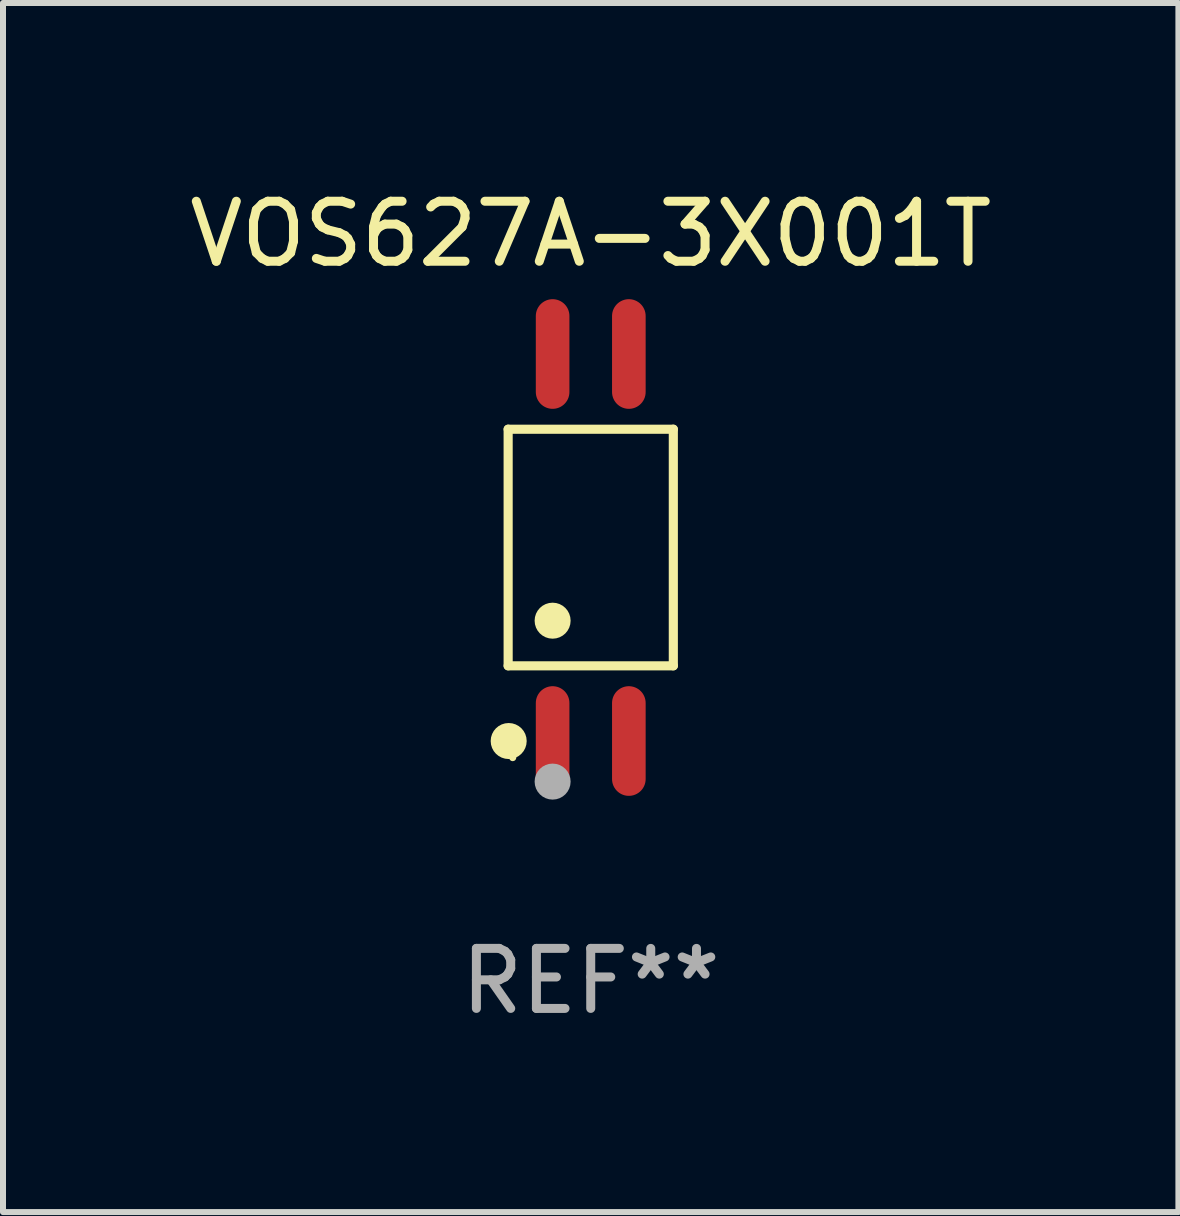
<source format=kicad_pcb>
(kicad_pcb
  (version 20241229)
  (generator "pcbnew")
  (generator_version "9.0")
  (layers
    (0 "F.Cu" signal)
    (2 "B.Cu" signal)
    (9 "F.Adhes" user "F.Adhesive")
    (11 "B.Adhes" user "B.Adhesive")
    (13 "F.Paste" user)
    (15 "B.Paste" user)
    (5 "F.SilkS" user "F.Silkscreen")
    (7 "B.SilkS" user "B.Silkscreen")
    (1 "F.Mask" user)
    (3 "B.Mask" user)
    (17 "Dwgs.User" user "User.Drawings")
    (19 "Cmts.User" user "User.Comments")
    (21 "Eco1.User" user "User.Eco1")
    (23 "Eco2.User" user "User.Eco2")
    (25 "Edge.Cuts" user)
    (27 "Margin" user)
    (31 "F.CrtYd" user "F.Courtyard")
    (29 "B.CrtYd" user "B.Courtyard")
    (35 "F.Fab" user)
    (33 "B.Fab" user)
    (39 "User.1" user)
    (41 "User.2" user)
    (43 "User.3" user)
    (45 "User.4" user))
  (footprint "VOS627A-3X001T"
    (layer "F.Cu")
    (at 6.792 6.072)
    (property "Reference" "VOS627A-3X001T" (at 0 -5.224 0) (layer "F.SilkS") (effects (font (size 1 1) (thickness 0.15))))
    (attr through_hole)
    (fp_line (start -1.376 -1.971) (end 1.376 -1.971) (stroke (width 0.152) (type solid)) (layer "F.SilkS"))
    (fp_line (start -1.376 1.971) (end -1.376 -1.971) (stroke (width 0.152) (type solid)) (layer "F.SilkS"))
    (fp_line (start 1.376 -1.971) (end 1.376 1.971) (stroke (width 0.152) (type solid)) (layer "F.SilkS"))
    (fp_line (start 1.376 1.971) (end -1.376 1.971) (stroke (width 0.152) (type solid)) (layer "F.SilkS"))
    (fp_circle (center -1.367 3.224) (end -1.217 3.224) (stroke (width 0.3) (type solid)) (fill no) (layer "F.SilkS"))
    (fp_circle (center -1.3 3.5) (end -1.27 3.5) (stroke (width 0.06) (type solid)) (fill no) (layer "F.SilkS"))
    (fp_circle (center -0.635 1.219) (end -0.485 1.219) (stroke (width 0.3) (type solid)) (fill no) (layer "F.SilkS"))
    (fp_circle (center -0.635 3.9) (end -0.485 3.9) (stroke (width 0.3) (type solid)) (fill no) (layer "F.Fab"))
    (fp_text user "REF**" (at 0 7.224 0) (layer "F.Fab") (effects (font (size 1 1) (thickness 0.15))))
    (pad "1" smd oval (at -0.635 3.224) (size 0.56 1.827) (layers "F.Cu" "F.Mask" "F.Paste"))
    (pad "2" smd oval (at 0.635 3.224) (size 0.56 1.827) (layers "F.Cu" "F.Mask" "F.Paste"))
    (pad "3" smd oval (at 0.635 -3.224) (size 0.56 1.827) (layers "F.Cu" "F.Mask" "F.Paste"))
    (pad "4" smd oval (at -0.635 -3.224) (size 0.56 1.827) (layers "F.Cu" "F.Mask" "F.Paste")))
  (gr_rect
    (start -3 -3)
    (end 16.583 17.144)
    (stroke (width 0.1) (type default))
    (fill no)
    (layer "Edge.Cuts")))
</source>
